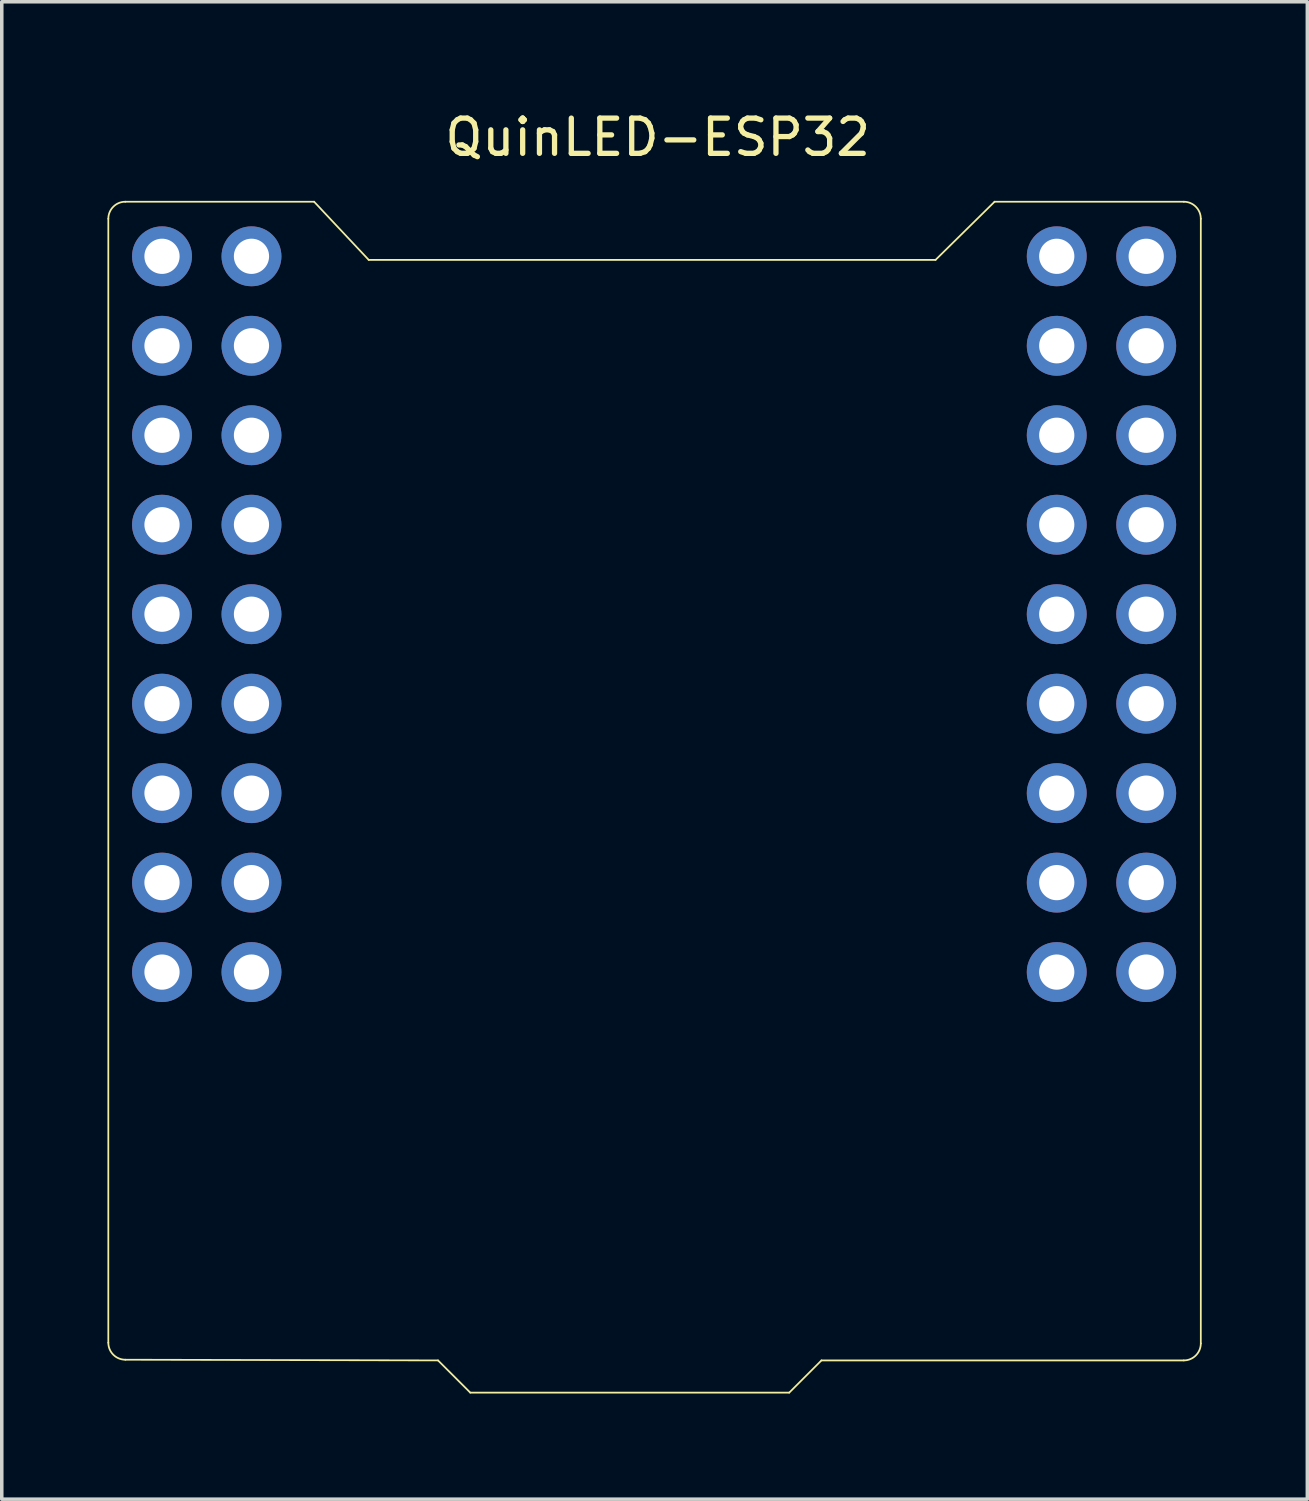
<source format=kicad_pcb>
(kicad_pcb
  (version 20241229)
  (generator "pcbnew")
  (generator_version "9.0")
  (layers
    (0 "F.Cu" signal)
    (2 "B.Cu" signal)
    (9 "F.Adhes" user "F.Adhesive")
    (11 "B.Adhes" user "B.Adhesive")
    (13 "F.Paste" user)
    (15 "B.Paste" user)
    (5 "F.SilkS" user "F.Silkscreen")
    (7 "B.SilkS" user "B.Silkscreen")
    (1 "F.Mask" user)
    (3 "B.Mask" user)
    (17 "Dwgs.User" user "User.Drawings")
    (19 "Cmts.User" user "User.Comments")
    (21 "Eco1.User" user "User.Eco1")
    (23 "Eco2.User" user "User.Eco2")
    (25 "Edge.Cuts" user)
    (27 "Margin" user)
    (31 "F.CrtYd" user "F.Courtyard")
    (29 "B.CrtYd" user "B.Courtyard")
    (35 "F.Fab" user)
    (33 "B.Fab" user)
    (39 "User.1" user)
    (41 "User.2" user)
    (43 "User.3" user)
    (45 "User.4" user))
  (footprint "QuinLED-ESP32"
    (layer "F.Cu")
    (at 15.621 18.806)
    (property "Reference" "QuinLED-ESP32" (at 0 -17.958 0) (layer "F.SilkS") (effects (font (size 1 1) (thickness 0.15))))
    (attr through_hole)
    (fp_line (start -15.596 -15.646) (end -15.596 16.261) (stroke (width 0.05) (type solid)) (layer "F.SilkS"))
    (fp_line (start -15.113 -16.129) (end -9.754 -16.129) (stroke (width 0.05) (type solid)) (layer "F.SilkS"))
    (fp_line (start -15.113 16.744) (end -6.236 16.764) (stroke (width 0.05) (type solid)) (layer "F.SilkS"))
    (fp_line (start -9.754 -16.129) (end -8.204 -14.478) (stroke (width 0.05) (type solid)) (layer "F.SilkS"))
    (fp_line (start -8.204 -14.478) (end 7.887 -14.478) (stroke (width 0.05) (type solid)) (layer "F.SilkS"))
    (fp_line (start -5.321 17.678) (end -6.236 16.764) (stroke (width 0.05) (type solid)) (layer "F.SilkS"))
    (fp_line (start -5.321 17.678) (end 3.734 17.678) (stroke (width 0.05) (type solid)) (layer "F.SilkS"))
    (fp_line (start 3.734 17.678) (end 4.648 16.764) (stroke (width 0.05) (type solid)) (layer "F.SilkS"))
    (fp_line (start 4.648 16.764) (end 14.935 16.764) (stroke (width 0.05) (type solid)) (layer "F.SilkS"))
    (fp_line (start 7.887 -14.478) (end 9.563 -16.129) (stroke (width 0.05) (type solid)) (layer "F.SilkS"))
    (fp_line (start 9.563 -16.129) (end 14.935 -16.129) (stroke (width 0.05) (type solid)) (layer "F.SilkS"))
    (fp_line (start 15.418 -15.646) (end 15.418 16.281) (stroke (width 0.05) (type solid)) (layer "F.SilkS"))
    (fp_arc (start -15.5956 -15.6464) (mid -15.45425 -15.98765) (end -15.113 -16.129) (stroke (width 0.05) (type solid)) (layer "F.SilkS"))
    (fp_arc (start -15.113 16.74368) (mid -15.45425 16.60233) (end -15.5956 16.26108) (stroke (width 0.05) (type solid)) (layer "F.SilkS"))
    (fp_arc (start 14.9352 -16.129) (mid 15.27645 -15.98765) (end 15.4178 -15.6464) (stroke (width 0.05) (type solid)) (layer "F.SilkS"))
    (fp_arc (start 15.4178 16.2814) (mid 15.27645 16.62265) (end 14.9352 16.764) (stroke (width 0.05) (type solid)) (layer "F.SilkS"))
    (pad "1" thru_hole circle (at -14.072 -14.58) (size 1.7 1.7) (drill 1) (layers "*.Cu" "*.Mask"))
    (pad "2" thru_hole circle (at -14.072 -12.04) (size 1.7 1.7) (drill 1) (layers "*.Cu" "*.Mask"))
    (pad "3" thru_hole circle (at -14.072 -9.5) (size 1.7 1.7) (drill 1) (layers "*.Cu" "*.Mask"))
    (pad "4" thru_hole circle (at -14.072 -6.96) (size 1.7 1.7) (drill 1) (layers "*.Cu" "*.Mask"))
    (pad "5" thru_hole circle (at -14.072 -4.42) (size 1.7 1.7) (drill 1) (layers "*.Cu" "*.Mask"))
    (pad "6" thru_hole circle (at -14.072 -1.88) (size 1.7 1.7) (drill 1) (layers "*.Cu" "*.Mask"))
    (pad "7" thru_hole circle (at -14.072 0.66) (size 1.7 1.7) (drill 1) (layers "*.Cu" "*.Mask"))
    (pad "8" thru_hole circle (at -14.072 3.2) (size 1.7 1.7) (drill 1) (layers "*.Cu" "*.Mask"))
    (pad "9" thru_hole circle (at -14.072 5.74) (size 1.7 1.7) (drill 1) (layers "*.Cu" "*.Mask"))
    (pad "10" thru_hole circle (at -11.532 -14.58) (size 1.7 1.7) (drill 1) (layers "*.Cu" "*.Mask"))
    (pad "11" thru_hole circle (at -11.532 -12.04) (size 1.7 1.7) (drill 1) (layers "*.Cu" "*.Mask"))
    (pad "12" thru_hole circle (at -11.532 -9.5) (size 1.7 1.7) (drill 1) (layers "*.Cu" "*.Mask"))
    (pad "13" thru_hole circle (at -11.532 -6.96) (size 1.7 1.7) (drill 1) (layers "*.Cu" "*.Mask"))
    (pad "14" thru_hole circle (at -11.532 -4.42) (size 1.7 1.7) (drill 1) (layers "*.Cu" "*.Mask"))
    (pad "15" thru_hole circle (at -11.532 -1.88) (size 1.7 1.7) (drill 1) (layers "*.Cu" "*.Mask"))
    (pad "16" thru_hole circle (at -11.532 0.66) (size 1.7 1.7) (drill 1) (layers "*.Cu" "*.Mask"))
    (pad "17" thru_hole circle (at -11.532 3.2) (size 1.7 1.7) (drill 1) (layers "*.Cu" "*.Mask"))
    (pad "18" thru_hole circle (at -11.532 5.74) (size 1.7 1.7) (drill 1) (layers "*.Cu" "*.Mask"))
    (pad "19" thru_hole circle (at 11.328 -14.58) (size 1.7 1.7) (drill 1) (layers "*.Cu" "*.Mask"))
    (pad "20" thru_hole circle (at 11.328 -12.04) (size 1.7 1.7) (drill 1) (layers "*.Cu" "*.Mask"))
    (pad "21" thru_hole circle (at 11.328 -9.5) (size 1.7 1.7) (drill 1) (layers "*.Cu" "*.Mask"))
    (pad "22" thru_hole circle (at 11.328 -6.96) (size 1.7 1.7) (drill 1) (layers "*.Cu" "*.Mask"))
    (pad "23" thru_hole circle (at 11.328 -4.42) (size 1.7 1.7) (drill 1) (layers "*.Cu" "*.Mask"))
    (pad "24" thru_hole circle (at 11.328 -1.88) (size 1.7 1.7) (drill 1) (layers "*.Cu" "*.Mask"))
    (pad "25" thru_hole circle (at 11.328 0.66) (size 1.7 1.7) (drill 1) (layers "*.Cu" "*.Mask"))
    (pad "26" thru_hole circle (at 11.328 3.2) (size 1.7 1.7) (drill 1) (layers "*.Cu" "*.Mask"))
    (pad "27" thru_hole circle (at 11.328 5.74) (size 1.7 1.7) (drill 1) (layers "*.Cu" "*.Mask"))
    (pad "28" thru_hole circle (at 13.868 -14.58) (size 1.7 1.7) (drill 1) (layers "*.Cu" "*.Mask"))
    (pad "29" thru_hole circle (at 13.868 -12.04) (size 1.7 1.7) (drill 1) (layers "*.Cu" "*.Mask"))
    (pad "30" thru_hole circle (at 13.868 -9.5) (size 1.7 1.7) (drill 1) (layers "*.Cu" "*.Mask"))
    (pad "31" thru_hole circle (at 13.868 -6.96) (size 1.7 1.7) (drill 1) (layers "*.Cu" "*.Mask"))
    (pad "32" thru_hole circle (at 13.868 -4.42) (size 1.7 1.7) (drill 1) (layers "*.Cu" "*.Mask"))
    (pad "33" thru_hole circle (at 13.868 -1.88) (size 1.7 1.7) (drill 1) (layers "*.Cu" "*.Mask"))
    (pad "34" thru_hole circle (at 13.868 0.66) (size 1.7 1.7) (drill 1) (layers "*.Cu" "*.Mask"))
    (pad "35" thru_hole circle (at 13.868 3.2) (size 1.7 1.7) (drill 1) (layers "*.Cu" "*.Mask"))
    (pad "36" thru_hole circle (at 13.868 5.74) (size 1.7 1.7) (drill 1) (layers "*.Cu" "*.Mask")))
  (gr_rect
    (start -3 -3)
    (end 34.063 39.509)
    (stroke (width 0.1) (type default))
    (fill no)
    (layer "Edge.Cuts")))
</source>
